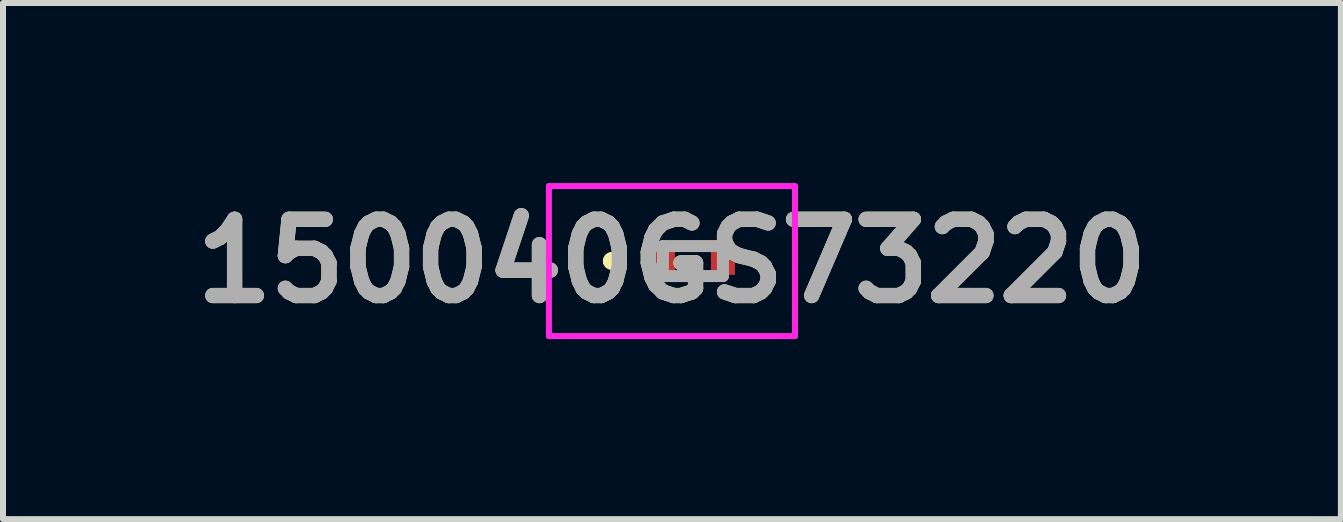
<source format=kicad_pcb>
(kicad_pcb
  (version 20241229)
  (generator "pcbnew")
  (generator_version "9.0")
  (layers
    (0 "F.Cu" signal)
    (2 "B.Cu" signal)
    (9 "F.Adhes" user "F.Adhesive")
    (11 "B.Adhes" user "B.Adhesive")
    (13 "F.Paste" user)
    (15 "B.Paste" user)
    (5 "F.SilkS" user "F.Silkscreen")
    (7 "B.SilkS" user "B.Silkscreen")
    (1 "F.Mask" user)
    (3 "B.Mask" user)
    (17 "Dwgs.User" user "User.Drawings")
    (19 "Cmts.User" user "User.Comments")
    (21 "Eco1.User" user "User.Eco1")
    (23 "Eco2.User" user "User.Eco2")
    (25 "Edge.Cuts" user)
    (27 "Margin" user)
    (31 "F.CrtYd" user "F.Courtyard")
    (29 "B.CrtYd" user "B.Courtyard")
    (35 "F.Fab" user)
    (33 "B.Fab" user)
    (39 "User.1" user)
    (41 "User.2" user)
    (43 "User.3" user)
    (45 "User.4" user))
  (footprint "150040GS73220"
    (layer "F.Cu")
    (at 8.496 1.3)
    (property "Reference" "150040GS73220" (at -0.35 0 0) (layer "F.SilkS") (effects (font (size 1.27 1.27) (thickness 0.254))))
    (attr smd)
    (fp_line (start -1.4 0) (end -1.4 0) (stroke (width 0.2) (type solid)) (layer "F.SilkS"))
    (fp_line (start -1.3 0) (end -1.3 0) (stroke (width 0.2) (type solid)) (layer "F.SilkS"))
    (fp_line (start -1.3 0) (end -1.3 0) (stroke (width 0.2) (type solid)) (layer "F.SilkS"))
    (fp_arc (start -1.4 0) (mid -1.35 -0.05) (end -1.3 0) (stroke (width 0.2) (type solid)) (layer "F.SilkS"))
    (fp_arc (start -1.4 0) (mid -1.35 -0.05) (end -1.3 0) (stroke (width 0.2) (type solid)) (layer "F.SilkS"))
    (fp_arc (start -1.3 0) (mid -1.35 0.05) (end -1.4 0) (stroke (width 0.2) (type solid)) (layer "F.SilkS"))
    (fp_line (start -2.4 -1.25) (end 1.7 -1.25) (stroke (width 0.1) (type solid)) (layer "F.CrtYd"))
    (fp_line (start -2.4 1.25) (end -2.4 -1.25) (stroke (width 0.1) (type solid)) (layer "F.CrtYd"))
    (fp_line (start 1.7 -1.25) (end 1.7 1.25) (stroke (width 0.1) (type solid)) (layer "F.CrtYd"))
    (fp_line (start 1.7 1.25) (end -2.4 1.25) (stroke (width 0.1) (type solid)) (layer "F.CrtYd"))
    (fp_line (start -0.5 -0.25) (end -0.5 0.25) (stroke (width 0.2) (type solid)) (layer "F.Fab"))
    (fp_line (start -0.5 0.25) (end 0.5 0.25) (stroke (width 0.2) (type solid)) (layer "F.Fab"))
    (fp_line (start 0.5 -0.25) (end -0.5 -0.25) (stroke (width 0.2) (type solid)) (layer "F.Fab"))
    (fp_line (start 0.5 0.25) (end 0.5 -0.25) (stroke (width 0.2) (type solid)) (layer "F.Fab"))
    (fp_text user "${REFERENCE}" (at -0.35 0 0) (layer "F.Fab") (effects (font (size 1.27 1.27) (thickness 0.254))))
    (pad "1" smd rect (at -0.5 0) (size 0.4 0.46) (layers "F.Cu" "F.Mask" "F.Paste"))
    (pad "2" smd rect (at 0.5 0) (size 0.4 0.46) (layers "F.Cu" "F.Mask" "F.Paste")))
  (gr_rect
    (start -3 -3)
    (end 19.292 5.6)
    (stroke (width 0.1) (type default))
    (fill no)
    (layer "Edge.Cuts")))
</source>
